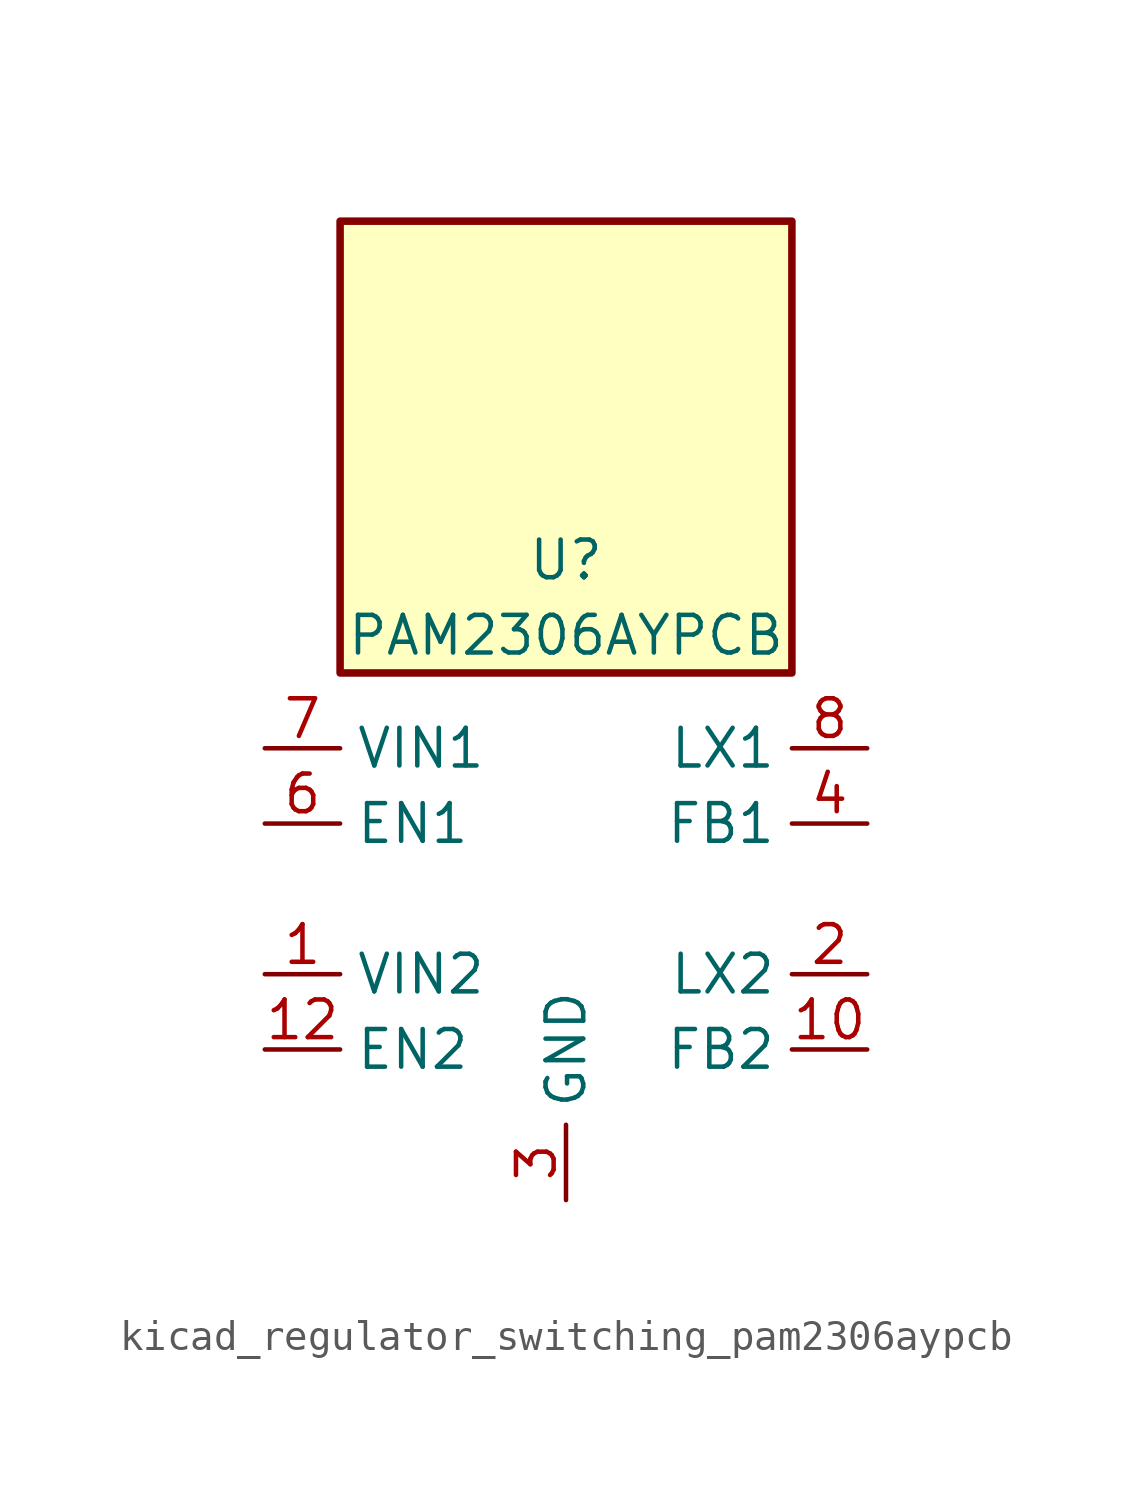
<source format=kicad_sym>
(kicad_symbol_lib
  (version 20220914)
  (generator kicad_symbol_editor)
  (symbol "kicad_regulator_switching_pam2306aypcb"
    (property "Reference" "U"
      (at 0 11.43 0)
      (effects (font (size 1.27 1.27))))
    (property "Value" "PAM2306AYPCB"
      (at 0 8.89 0)
      (effects (font (size 1.27 1.27))))
    (symbol "kicad_regulator_switching_pam2306aypcb_0_1"
      (rectangle (start 7.62 22.86) (end -7.62 7.62) (stroke (width 0.254) (type default)) (fill (type background))))
    (symbol "kicad_regulator_switching_pam2306aypcb_1_1"
      (pin power_in line (at -10.16 -2.54 0) (length 2.54) (name "VIN2" (effects (font (size 1.27 1.27)))) (number "1" (effects (font (size 1.27 1.27)))))
      (pin input line (at 10.16 -5.08 180) (length 2.54) (name "FB2" (effects (font (size 1.27 1.27)))) (number "10" (effects (font (size 1.27 1.27)))))
      (pin no_connect line (at 7.62 0 180) (length 2.54) hide (name "NC2" (effects (font (size 1.27 1.27)))) (number "11" (effects (font (size 1.27 1.27)))))
      (pin input line (at -10.16 -5.08 0) (length 2.54) (name "EN2" (effects (font (size 1.27 1.27)))) (number "12" (effects (font (size 1.27 1.27)))))
      (pin passive line (at 0 -10.16 90) (length 2.54) hide (name "GND" (effects (font (size 1.27 1.27)))) (number "13" (effects (font (size 1.27 1.27)))))
      (pin output line (at 10.16 -2.54 180) (length 2.54) (name "LX2" (effects (font (size 1.27 1.27)))) (number "2" (effects (font (size 1.27 1.27)))))
      (pin power_in line (at 0 -10.16 90) (length 2.54) (name "GND" (effects (font (size 1.27 1.27)))) (number "3" (effects (font (size 1.27 1.27)))))
      (pin input line (at 10.16 2.54 180) (length 2.54) (name "FB1" (effects (font (size 1.27 1.27)))) (number "4" (effects (font (size 1.27 1.27)))))
      (pin no_connect line (at -7.62 0 0) (length 2.54) hide (name "NC1" (effects (font (size 1.27 1.27)))) (number "5" (effects (font (size 1.27 1.27)))))
      (pin input line (at -10.16 2.54 0) (length 2.54) (name "EN1" (effects (font (size 1.27 1.27)))) (number "6" (effects (font (size 1.27 1.27)))))
      (pin power_in line (at -10.16 5.08 0) (length 2.54) (name "VIN1" (effects (font (size 1.27 1.27)))) (number "7" (effects (font (size 1.27 1.27)))))
      (pin output line (at 10.16 5.08 180) (length 2.54) (name "LX1" (effects (font (size 1.27 1.27)))) (number "8" (effects (font (size 1.27 1.27)))))
      (pin passive line (at 0 -10.16 90) (length 2.54) hide (name "GND" (effects (font (size 1.27 1.27)))) (number "9" (effects (font (size 1.27 1.27))))))))
</source>
